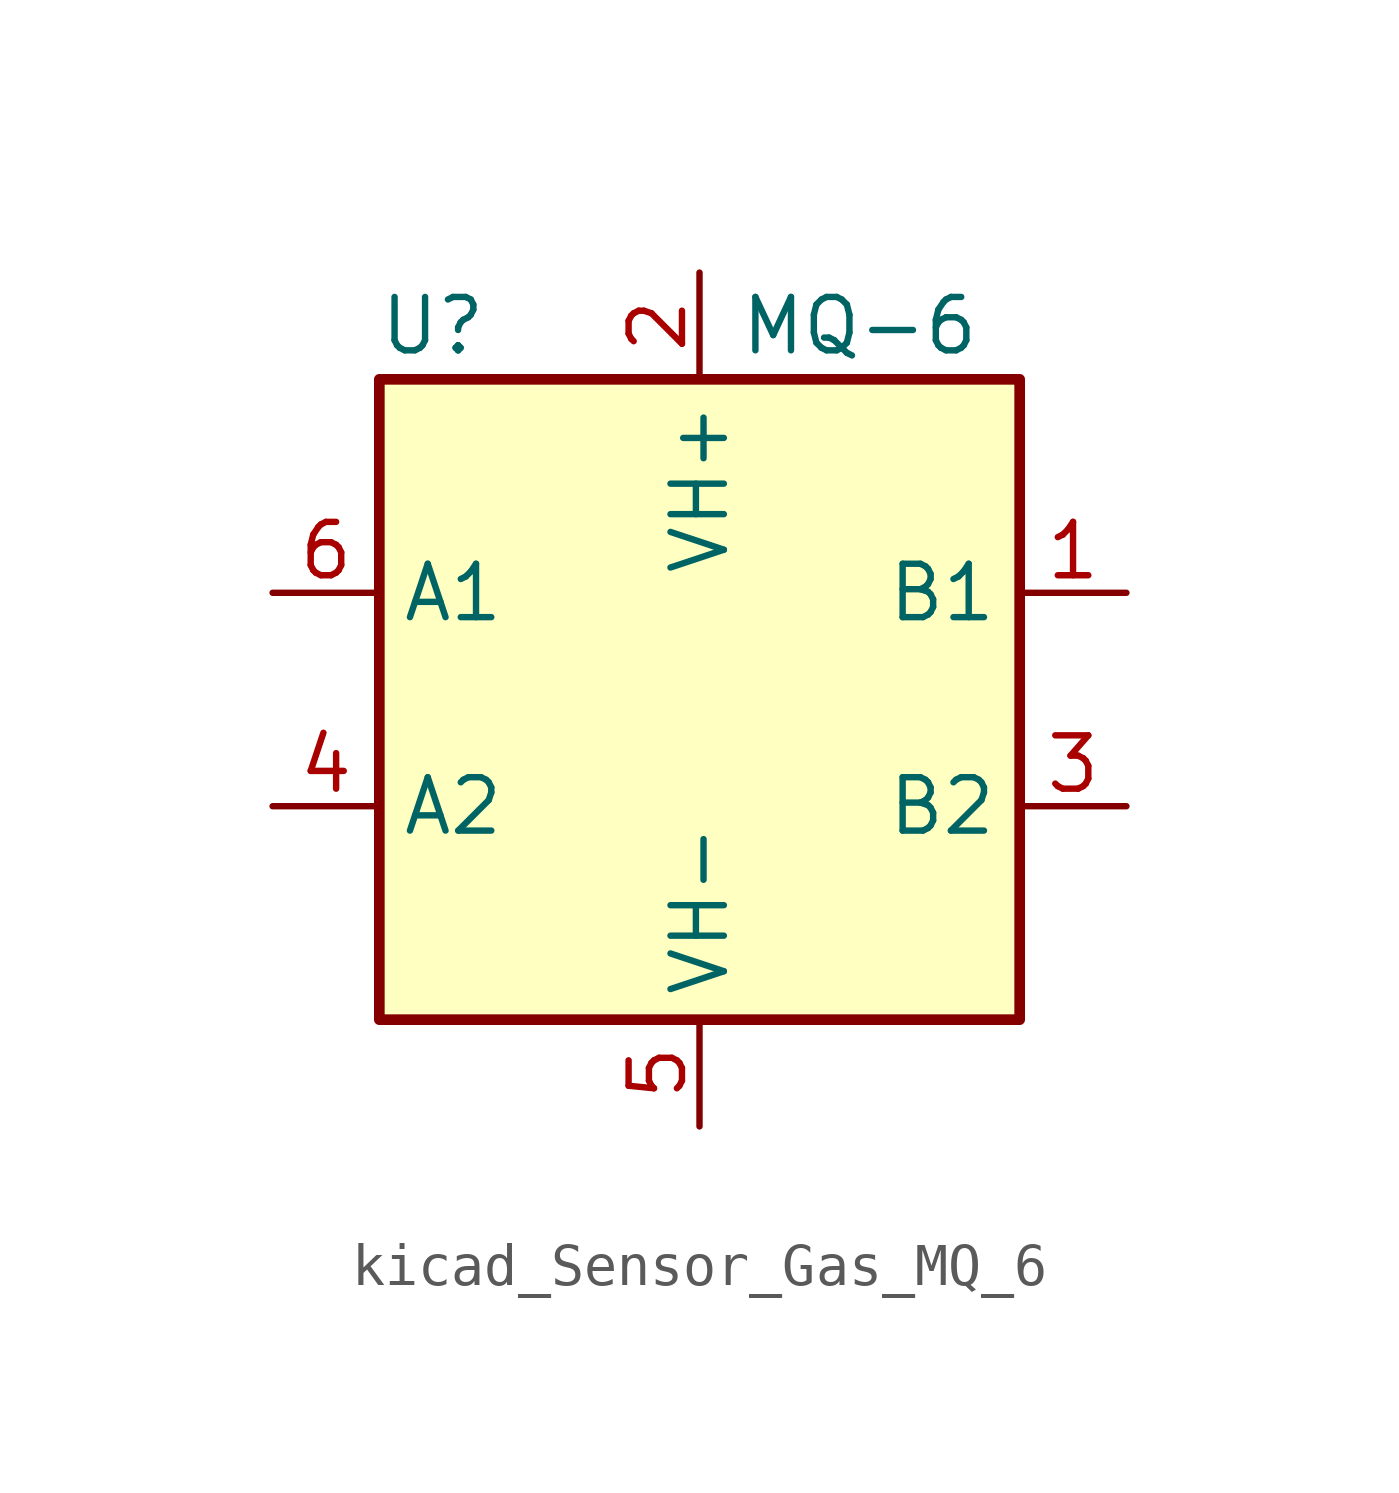
<source format=kicad_sym>
(kicad_symbol_lib
  (version 20220914)
  (generator kicad_symbol_editor)
  (symbol "kicad_Sensor_Gas_MQ_6"
    (property "Reference" "U"
      (at -6.35 8.89 0)
      (effects (font (size 1.27 1.27))))
    (property "Value" "MQ-6"
      (at 3.81 8.89 0)
      (effects (font (size 1.27 1.27))))
    (symbol "kicad_Sensor_Gas_MQ_6_0_1"
      (rectangle (start -7.62 7.62) (end 7.62 -7.62) (stroke (width 0.254) (type default)) (fill (type background))))
    (symbol "kicad_Sensor_Gas_MQ_6_1_1"
      (pin passive line (at 10.16 2.54 180) (length 2.54) (name "B1" (effects (font (size 1.27 1.27)))) (number "1" (effects (font (size 1.27 1.27)))))
      (pin power_in line (at 0 10.16 270) (length 2.54) (name "VH+" (effects (font (size 1.27 1.27)))) (number "2" (effects (font (size 1.27 1.27)))))
      (pin passive line (at 10.16 -2.54 180) (length 2.54) (name "B2" (effects (font (size 1.27 1.27)))) (number "3" (effects (font (size 1.27 1.27)))))
      (pin passive line (at -10.16 -2.54 0) (length 2.54) (name "A2" (effects (font (size 1.27 1.27)))) (number "4" (effects (font (size 1.27 1.27)))))
      (pin power_in line (at 0 -10.16 90) (length 2.54) (name "VH-" (effects (font (size 1.27 1.27)))) (number "5" (effects (font (size 1.27 1.27)))))
      (pin passive line (at -10.16 2.54 0) (length 2.54) (name "A1" (effects (font (size 1.27 1.27)))) (number "6" (effects (font (size 1.27 1.27))))))))
</source>
